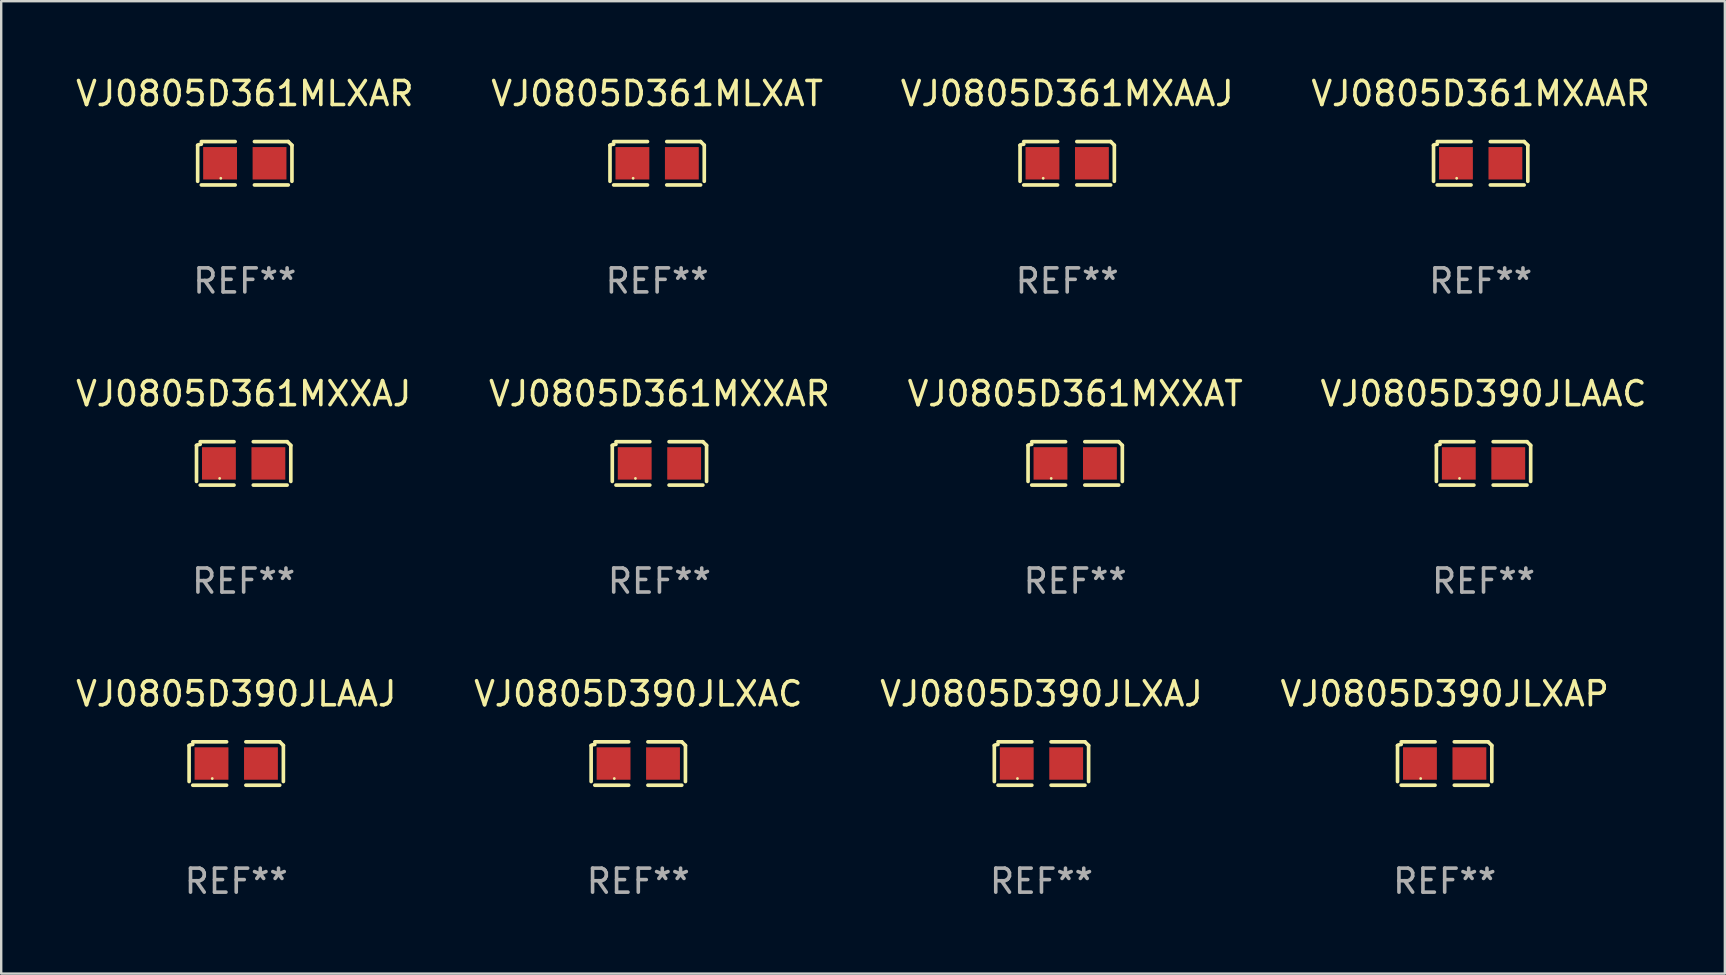
<source format=kicad_pcb>
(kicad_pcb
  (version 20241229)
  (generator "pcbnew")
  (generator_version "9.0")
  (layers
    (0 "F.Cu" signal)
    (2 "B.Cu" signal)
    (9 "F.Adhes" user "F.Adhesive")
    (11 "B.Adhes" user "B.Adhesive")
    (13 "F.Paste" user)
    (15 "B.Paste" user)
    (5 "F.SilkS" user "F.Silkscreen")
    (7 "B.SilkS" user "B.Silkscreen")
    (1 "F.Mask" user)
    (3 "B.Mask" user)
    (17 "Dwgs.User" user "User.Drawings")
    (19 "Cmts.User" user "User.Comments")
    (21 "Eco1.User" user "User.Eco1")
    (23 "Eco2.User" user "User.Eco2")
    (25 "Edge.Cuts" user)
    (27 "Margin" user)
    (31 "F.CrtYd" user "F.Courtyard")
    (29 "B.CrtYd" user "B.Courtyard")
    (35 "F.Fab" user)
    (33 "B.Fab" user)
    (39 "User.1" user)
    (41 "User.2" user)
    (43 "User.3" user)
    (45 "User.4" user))
  (footprint "VJ0805D390JLXAC"
    (layer "F.Cu")
    (at 23.542 28.759)
    (property "Reference" "VJ0805D390JLXAC" (at 0 -2.904 0) (layer "F.SilkS") (effects (font (size 1 1) (thickness 0.15))))
    (attr through_hole)
    (fp_line (start -1.964 0.751) (end -1.964 -0.751) (stroke (width 0.152) (type solid)) (layer "F.SilkS"))
    (fp_line (start -1.811 -0.904) (end -0.401 -0.904) (stroke (width 0.152) (type solid)) (layer "F.SilkS"))
    (fp_line (start -0.401 0.904) (end -1.811 0.904) (stroke (width 0.152) (type solid)) (layer "F.SilkS"))
    (fp_line (start 0.401 0.904) (end 1.811 0.904) (stroke (width 0.152) (type solid)) (layer "F.SilkS"))
    (fp_line (start 1.811 -0.904) (end 0.401 -0.904) (stroke (width 0.152) (type solid)) (layer "F.SilkS"))
    (fp_line (start 1.964 0.751) (end 1.964 -0.751) (stroke (width 0.152) (type solid)) (layer "F.SilkS"))
    (fp_arc (start -1.963602 -0.751207) (mid -1.890354 -0.783131) (end -1.811201 -0.794044) (stroke (width 0.1524) (type solid)) (layer "F.SilkS"))
    (fp_arc (start 1.811202 -0.903607) (mid 1.887413 -0.827418) (end 1.963602 -0.751207) (stroke (width 0.1524) (type solid)) (layer "F.SilkS"))
    (fp_circle (center -1 0.625) (end -0.97 0.625) (stroke (width 0.06) (type solid)) (fill no) (layer "F.SilkS"))
    (fp_text user "REF**" (at 0 4.904 0) (layer "F.Fab") (effects (font (size 1 1) (thickness 0.15))))
    (pad "1" smd rect (at -1.03 0) (size 1.41 1.35) (layers "F.Cu" "F.Mask" "F.Paste"))
    (pad "2" smd rect (at 1.03 0) (size 1.41 1.35) (layers "F.Cu" "F.Mask" "F.Paste")))
  (footprint "VJ0805D361MXXAR"
    (layer "F.Cu")
    (at 24.423 16.256)
    (property "Reference" "VJ0805D361MXXAR" (at 0 -2.904 0) (layer "F.SilkS") (effects (font (size 1 1) (thickness 0.15))))
    (attr through_hole)
    (fp_line (start -1.964 0.751) (end -1.964 -0.751) (stroke (width 0.152) (type solid)) (layer "F.SilkS"))
    (fp_line (start -1.811 -0.904) (end -0.401 -0.904) (stroke (width 0.152) (type solid)) (layer "F.SilkS"))
    (fp_line (start -0.401 0.904) (end -1.811 0.904) (stroke (width 0.152) (type solid)) (layer "F.SilkS"))
    (fp_line (start 0.401 0.904) (end 1.811 0.904) (stroke (width 0.152) (type solid)) (layer "F.SilkS"))
    (fp_line (start 1.811 -0.904) (end 0.401 -0.904) (stroke (width 0.152) (type solid)) (layer "F.SilkS"))
    (fp_line (start 1.964 0.751) (end 1.964 -0.751) (stroke (width 0.152) (type solid)) (layer "F.SilkS"))
    (fp_arc (start -1.963602 -0.751207) (mid -1.890354 -0.783131) (end -1.811201 -0.794044) (stroke (width 0.1524) (type solid)) (layer "F.SilkS"))
    (fp_arc (start 1.811202 -0.903607) (mid 1.887413 -0.827418) (end 1.963602 -0.751207) (stroke (width 0.1524) (type solid)) (layer "F.SilkS"))
    (fp_circle (center -1 0.625) (end -0.97 0.625) (stroke (width 0.06) (type solid)) (fill no) (layer "F.SilkS"))
    (fp_text user "REF**" (at 0 4.904 0) (layer "F.Fab") (effects (font (size 1 1) (thickness 0.15))))
    (pad "1" smd rect (at -1.03 0) (size 1.41 1.35) (layers "F.Cu" "F.Mask" "F.Paste"))
    (pad "2" smd rect (at 1.03 0) (size 1.41 1.35) (layers "F.Cu" "F.Mask" "F.Paste")))
  (footprint "VJ0805D390JLAAJ"
    (layer "F.Cu")
    (at 6.792 28.759)
    (property "Reference" "VJ0805D390JLAAJ" (at 0 -2.904 0) (layer "F.SilkS") (effects (font (size 1 1) (thickness 0.15))))
    (attr through_hole)
    (fp_line (start -1.964 0.751) (end -1.964 -0.751) (stroke (width 0.152) (type solid)) (layer "F.SilkS"))
    (fp_line (start -1.811 -0.904) (end -0.401 -0.904) (stroke (width 0.152) (type solid)) (layer "F.SilkS"))
    (fp_line (start -0.401 0.904) (end -1.811 0.904) (stroke (width 0.152) (type solid)) (layer "F.SilkS"))
    (fp_line (start 0.401 0.904) (end 1.811 0.904) (stroke (width 0.152) (type solid)) (layer "F.SilkS"))
    (fp_line (start 1.811 -0.904) (end 0.401 -0.904) (stroke (width 0.152) (type solid)) (layer "F.SilkS"))
    (fp_line (start 1.964 0.751) (end 1.964 -0.751) (stroke (width 0.152) (type solid)) (layer "F.SilkS"))
    (fp_arc (start -1.963602 -0.751207) (mid -1.890354 -0.783131) (end -1.811201 -0.794044) (stroke (width 0.1524) (type solid)) (layer "F.SilkS"))
    (fp_arc (start 1.811202 -0.903607) (mid 1.887413 -0.827418) (end 1.963602 -0.751207) (stroke (width 0.1524) (type solid)) (layer "F.SilkS"))
    (fp_circle (center -1 0.625) (end -0.97 0.625) (stroke (width 0.06) (type solid)) (fill no) (layer "F.SilkS"))
    (fp_text user "REF**" (at 0 4.904 0) (layer "F.Fab") (effects (font (size 1 1) (thickness 0.15))))
    (pad "1" smd rect (at -1.03 0) (size 1.41 1.35) (layers "F.Cu" "F.Mask" "F.Paste"))
    (pad "2" smd rect (at 1.03 0) (size 1.41 1.35) (layers "F.Cu" "F.Mask" "F.Paste")))
  (footprint "VJ0805D390JLXAJ"
    (layer "F.Cu")
    (at 40.339 28.759)
    (property "Reference" "VJ0805D390JLXAJ" (at 0 -2.904 0) (layer "F.SilkS") (effects (font (size 1 1) (thickness 0.15))))
    (attr through_hole)
    (fp_line (start -1.964 0.751) (end -1.964 -0.751) (stroke (width 0.152) (type solid)) (layer "F.SilkS"))
    (fp_line (start -1.811 -0.904) (end -0.401 -0.904) (stroke (width 0.152) (type solid)) (layer "F.SilkS"))
    (fp_line (start -0.401 0.904) (end -1.811 0.904) (stroke (width 0.152) (type solid)) (layer "F.SilkS"))
    (fp_line (start 0.401 0.904) (end 1.811 0.904) (stroke (width 0.152) (type solid)) (layer "F.SilkS"))
    (fp_line (start 1.811 -0.904) (end 0.401 -0.904) (stroke (width 0.152) (type solid)) (layer "F.SilkS"))
    (fp_line (start 1.964 0.751) (end 1.964 -0.751) (stroke (width 0.152) (type solid)) (layer "F.SilkS"))
    (fp_arc (start -1.963602 -0.751207) (mid -1.890354 -0.783131) (end -1.811201 -0.794044) (stroke (width 0.1524) (type solid)) (layer "F.SilkS"))
    (fp_arc (start 1.811202 -0.903607) (mid 1.887413 -0.827418) (end 1.963602 -0.751207) (stroke (width 0.1524) (type solid)) (layer "F.SilkS"))
    (fp_circle (center -1 0.625) (end -0.97 0.625) (stroke (width 0.06) (type solid)) (fill no) (layer "F.SilkS"))
    (fp_text user "REF**" (at 0 4.904 0) (layer "F.Fab") (effects (font (size 1 1) (thickness 0.15))))
    (pad "1" smd rect (at -1.03 0) (size 1.41 1.35) (layers "F.Cu" "F.Mask" "F.Paste"))
    (pad "2" smd rect (at 1.03 0) (size 1.41 1.35) (layers "F.Cu" "F.Mask" "F.Paste")))
  (footprint "VJ0805D361MXAAJ"
    (layer "F.Cu")
    (at 41.411 3.752)
    (property "Reference" "VJ0805D361MXAAJ" (at 0 -2.904 0) (layer "F.SilkS") (effects (font (size 1 1) (thickness 0.15))))
    (attr through_hole)
    (fp_line (start -1.964 0.751) (end -1.964 -0.751) (stroke (width 0.152) (type solid)) (layer "F.SilkS"))
    (fp_line (start -1.811 -0.904) (end -0.401 -0.904) (stroke (width 0.152) (type solid)) (layer "F.SilkS"))
    (fp_line (start -0.401 0.904) (end -1.811 0.904) (stroke (width 0.152) (type solid)) (layer "F.SilkS"))
    (fp_line (start 0.401 0.904) (end 1.811 0.904) (stroke (width 0.152) (type solid)) (layer "F.SilkS"))
    (fp_line (start 1.811 -0.904) (end 0.401 -0.904) (stroke (width 0.152) (type solid)) (layer "F.SilkS"))
    (fp_line (start 1.964 0.751) (end 1.964 -0.751) (stroke (width 0.152) (type solid)) (layer "F.SilkS"))
    (fp_arc (start -1.963602 -0.751207) (mid -1.890354 -0.783131) (end -1.811201 -0.794044) (stroke (width 0.1524) (type solid)) (layer "F.SilkS"))
    (fp_arc (start 1.811202 -0.903607) (mid 1.887413 -0.827418) (end 1.963602 -0.751207) (stroke (width 0.1524) (type solid)) (layer "F.SilkS"))
    (fp_circle (center -1 0.625) (end -0.97 0.625) (stroke (width 0.06) (type solid)) (fill no) (layer "F.SilkS"))
    (fp_text user "REF**" (at 0 4.904 0) (layer "F.Fab") (effects (font (size 1 1) (thickness 0.15))))
    (pad "1" smd rect (at -1.03 0) (size 1.41 1.35) (layers "F.Cu" "F.Mask" "F.Paste"))
    (pad "2" smd rect (at 1.03 0) (size 1.41 1.35) (layers "F.Cu" "F.Mask" "F.Paste")))
  (footprint "VJ0805D361MXXAJ"
    (layer "F.Cu")
    (at 7.101 16.256)
    (property "Reference" "VJ0805D361MXXAJ" (at 0 -2.904 0) (layer "F.SilkS") (effects (font (size 1 1) (thickness 0.15))))
    (attr through_hole)
    (fp_line (start -1.964 0.751) (end -1.964 -0.751) (stroke (width 0.152) (type solid)) (layer "F.SilkS"))
    (fp_line (start -1.811 -0.904) (end -0.401 -0.904) (stroke (width 0.152) (type solid)) (layer "F.SilkS"))
    (fp_line (start -0.401 0.904) (end -1.811 0.904) (stroke (width 0.152) (type solid)) (layer "F.SilkS"))
    (fp_line (start 0.401 0.904) (end 1.811 0.904) (stroke (width 0.152) (type solid)) (layer "F.SilkS"))
    (fp_line (start 1.811 -0.904) (end 0.401 -0.904) (stroke (width 0.152) (type solid)) (layer "F.SilkS"))
    (fp_line (start 1.964 0.751) (end 1.964 -0.751) (stroke (width 0.152) (type solid)) (layer "F.SilkS"))
    (fp_arc (start -1.963602 -0.751207) (mid -1.890354 -0.783131) (end -1.811201 -0.794044) (stroke (width 0.1524) (type solid)) (layer "F.SilkS"))
    (fp_arc (start 1.811202 -0.903607) (mid 1.887413 -0.827418) (end 1.963602 -0.751207) (stroke (width 0.1524) (type solid)) (layer "F.SilkS"))
    (fp_circle (center -1 0.625) (end -0.97 0.625) (stroke (width 0.06) (type solid)) (fill no) (layer "F.SilkS"))
    (fp_text user "REF**" (at 0 4.904 0) (layer "F.Fab") (effects (font (size 1 1) (thickness 0.15))))
    (pad "1" smd rect (at -1.03 0) (size 1.41 1.35) (layers "F.Cu" "F.Mask" "F.Paste"))
    (pad "2" smd rect (at 1.03 0) (size 1.41 1.35) (layers "F.Cu" "F.Mask" "F.Paste")))
  (footprint "VJ0805D390JLXAP"
    (layer "F.Cu")
    (at 57.137 28.759)
    (property "Reference" "VJ0805D390JLXAP" (at 0 -2.904 0) (layer "F.SilkS") (effects (font (size 1 1) (thickness 0.15))))
    (attr through_hole)
    (fp_line (start -1.964 0.751) (end -1.964 -0.751) (stroke (width 0.152) (type solid)) (layer "F.SilkS"))
    (fp_line (start -1.811 -0.904) (end -0.401 -0.904) (stroke (width 0.152) (type solid)) (layer "F.SilkS"))
    (fp_line (start -0.401 0.904) (end -1.811 0.904) (stroke (width 0.152) (type solid)) (layer "F.SilkS"))
    (fp_line (start 0.401 0.904) (end 1.811 0.904) (stroke (width 0.152) (type solid)) (layer "F.SilkS"))
    (fp_line (start 1.811 -0.904) (end 0.401 -0.904) (stroke (width 0.152) (type solid)) (layer "F.SilkS"))
    (fp_line (start 1.964 0.751) (end 1.964 -0.751) (stroke (width 0.152) (type solid)) (layer "F.SilkS"))
    (fp_arc (start -1.963602 -0.751207) (mid -1.890354 -0.783131) (end -1.811201 -0.794044) (stroke (width 0.1524) (type solid)) (layer "F.SilkS"))
    (fp_arc (start 1.811202 -0.903607) (mid 1.887413 -0.827418) (end 1.963602 -0.751207) (stroke (width 0.1524) (type solid)) (layer "F.SilkS"))
    (fp_circle (center -1 0.625) (end -0.97 0.625) (stroke (width 0.06) (type solid)) (fill no) (layer "F.SilkS"))
    (fp_text user "REF**" (at 0 4.904 0) (layer "F.Fab") (effects (font (size 1 1) (thickness 0.15))))
    (pad "1" smd rect (at -1.03 0) (size 1.41 1.35) (layers "F.Cu" "F.Mask" "F.Paste"))
    (pad "2" smd rect (at 1.03 0) (size 1.41 1.35) (layers "F.Cu" "F.Mask" "F.Paste")))
  (footprint "VJ0805D361MLXAR"
    (layer "F.Cu")
    (at 7.149 3.752)
    (property "Reference" "VJ0805D361MLXAR" (at 0 -2.904 0) (layer "F.SilkS") (effects (font (size 1 1) (thickness 0.15))))
    (attr through_hole)
    (fp_line (start -1.964 0.751) (end -1.964 -0.751) (stroke (width 0.152) (type solid)) (layer "F.SilkS"))
    (fp_line (start -1.811 -0.904) (end -0.401 -0.904) (stroke (width 0.152) (type solid)) (layer "F.SilkS"))
    (fp_line (start -0.401 0.904) (end -1.811 0.904) (stroke (width 0.152) (type solid)) (layer "F.SilkS"))
    (fp_line (start 0.401 0.904) (end 1.811 0.904) (stroke (width 0.152) (type solid)) (layer "F.SilkS"))
    (fp_line (start 1.811 -0.904) (end 0.401 -0.904) (stroke (width 0.152) (type solid)) (layer "F.SilkS"))
    (fp_line (start 1.964 0.751) (end 1.964 -0.751) (stroke (width 0.152) (type solid)) (layer "F.SilkS"))
    (fp_arc (start -1.963602 -0.751207) (mid -1.890354 -0.783131) (end -1.811201 -0.794044) (stroke (width 0.1524) (type solid)) (layer "F.SilkS"))
    (fp_arc (start 1.811202 -0.903607) (mid 1.887413 -0.827418) (end 1.963602 -0.751207) (stroke (width 0.1524) (type solid)) (layer "F.SilkS"))
    (fp_circle (center -1 0.625) (end -0.97 0.625) (stroke (width 0.06) (type solid)) (fill no) (layer "F.SilkS"))
    (fp_text user "REF**" (at 0 4.904 0) (layer "F.Fab") (effects (font (size 1 1) (thickness 0.15))))
    (pad "1" smd rect (at -1.03 0) (size 1.41 1.35) (layers "F.Cu" "F.Mask" "F.Paste"))
    (pad "2" smd rect (at 1.03 0) (size 1.41 1.35) (layers "F.Cu" "F.Mask" "F.Paste")))
  (footprint "VJ0805D390JLAAC"
    (layer "F.Cu")
    (at 58.756 16.256)
    (property "Reference" "VJ0805D390JLAAC" (at 0 -2.904 0) (layer "F.SilkS") (effects (font (size 1 1) (thickness 0.15))))
    (attr through_hole)
    (fp_line (start -1.964 0.751) (end -1.964 -0.751) (stroke (width 0.152) (type solid)) (layer "F.SilkS"))
    (fp_line (start -1.811 -0.904) (end -0.401 -0.904) (stroke (width 0.152) (type solid)) (layer "F.SilkS"))
    (fp_line (start -0.401 0.904) (end -1.811 0.904) (stroke (width 0.152) (type solid)) (layer "F.SilkS"))
    (fp_line (start 0.401 0.904) (end 1.811 0.904) (stroke (width 0.152) (type solid)) (layer "F.SilkS"))
    (fp_line (start 1.811 -0.904) (end 0.401 -0.904) (stroke (width 0.152) (type solid)) (layer "F.SilkS"))
    (fp_line (start 1.964 0.751) (end 1.964 -0.751) (stroke (width 0.152) (type solid)) (layer "F.SilkS"))
    (fp_arc (start -1.963602 -0.751207) (mid -1.890354 -0.783131) (end -1.811201 -0.794044) (stroke (width 0.1524) (type solid)) (layer "F.SilkS"))
    (fp_arc (start 1.811202 -0.903607) (mid 1.887413 -0.827418) (end 1.963602 -0.751207) (stroke (width 0.1524) (type solid)) (layer "F.SilkS"))
    (fp_circle (center -1 0.625) (end -0.97 0.625) (stroke (width 0.06) (type solid)) (fill no) (layer "F.SilkS"))
    (fp_text user "REF**" (at 0 4.904 0) (layer "F.Fab") (effects (font (size 1 1) (thickness 0.15))))
    (pad "1" smd rect (at -1.03 0) (size 1.41 1.35) (layers "F.Cu" "F.Mask" "F.Paste"))
    (pad "2" smd rect (at 1.03 0) (size 1.41 1.35) (layers "F.Cu" "F.Mask" "F.Paste")))
  (footprint "VJ0805D361MXAAR"
    (layer "F.Cu")
    (at 58.637 3.752)
    (property "Reference" "VJ0805D361MXAAR" (at 0 -2.904 0) (layer "F.SilkS") (effects (font (size 1 1) (thickness 0.15))))
    (attr through_hole)
    (fp_line (start -1.964 0.751) (end -1.964 -0.751) (stroke (width 0.152) (type solid)) (layer "F.SilkS"))
    (fp_line (start -1.811 -0.904) (end -0.401 -0.904) (stroke (width 0.152) (type solid)) (layer "F.SilkS"))
    (fp_line (start -0.401 0.904) (end -1.811 0.904) (stroke (width 0.152) (type solid)) (layer "F.SilkS"))
    (fp_line (start 0.401 0.904) (end 1.811 0.904) (stroke (width 0.152) (type solid)) (layer "F.SilkS"))
    (fp_line (start 1.811 -0.904) (end 0.401 -0.904) (stroke (width 0.152) (type solid)) (layer "F.SilkS"))
    (fp_line (start 1.964 0.751) (end 1.964 -0.751) (stroke (width 0.152) (type solid)) (layer "F.SilkS"))
    (fp_arc (start -1.963602 -0.751207) (mid -1.890354 -0.783131) (end -1.811201 -0.794044) (stroke (width 0.1524) (type solid)) (layer "F.SilkS"))
    (fp_arc (start 1.811202 -0.903607) (mid 1.887413 -0.827418) (end 1.963602 -0.751207) (stroke (width 0.1524) (type solid)) (layer "F.SilkS"))
    (fp_circle (center -1 0.625) (end -0.97 0.625) (stroke (width 0.06) (type solid)) (fill no) (layer "F.SilkS"))
    (fp_text user "REF**" (at 0 4.904 0) (layer "F.Fab") (effects (font (size 1 1) (thickness 0.15))))
    (pad "1" smd rect (at -1.03 0) (size 1.41 1.35) (layers "F.Cu" "F.Mask" "F.Paste"))
    (pad "2" smd rect (at 1.03 0) (size 1.41 1.35) (layers "F.Cu" "F.Mask" "F.Paste")))
  (footprint "VJ0805D361MLXAT"
    (layer "F.Cu")
    (at 24.327 3.752)
    (property "Reference" "VJ0805D361MLXAT" (at 0 -2.904 0) (layer "F.SilkS") (effects (font (size 1 1) (thickness 0.15))))
    (attr through_hole)
    (fp_line (start -1.964 0.751) (end -1.964 -0.751) (stroke (width 0.152) (type solid)) (layer "F.SilkS"))
    (fp_line (start -1.811 -0.904) (end -0.401 -0.904) (stroke (width 0.152) (type solid)) (layer "F.SilkS"))
    (fp_line (start -0.401 0.904) (end -1.811 0.904) (stroke (width 0.152) (type solid)) (layer "F.SilkS"))
    (fp_line (start 0.401 0.904) (end 1.811 0.904) (stroke (width 0.152) (type solid)) (layer "F.SilkS"))
    (fp_line (start 1.811 -0.904) (end 0.401 -0.904) (stroke (width 0.152) (type solid)) (layer "F.SilkS"))
    (fp_line (start 1.964 0.751) (end 1.964 -0.751) (stroke (width 0.152) (type solid)) (layer "F.SilkS"))
    (fp_arc (start -1.963602 -0.751207) (mid -1.890354 -0.783131) (end -1.811201 -0.794044) (stroke (width 0.1524) (type solid)) (layer "F.SilkS"))
    (fp_arc (start 1.811202 -0.903607) (mid 1.887413 -0.827418) (end 1.963602 -0.751207) (stroke (width 0.1524) (type solid)) (layer "F.SilkS"))
    (fp_circle (center -1 0.625) (end -0.97 0.625) (stroke (width 0.06) (type solid)) (fill no) (layer "F.SilkS"))
    (fp_text user "REF**" (at 0 4.904 0) (layer "F.Fab") (effects (font (size 1 1) (thickness 0.15))))
    (pad "1" smd rect (at -1.03 0) (size 1.41 1.35) (layers "F.Cu" "F.Mask" "F.Paste"))
    (pad "2" smd rect (at 1.03 0) (size 1.41 1.35) (layers "F.Cu" "F.Mask" "F.Paste")))
  (footprint "VJ0805D361MXXAT"
    (layer "F.Cu")
    (at 41.744 16.256)
    (property "Reference" "VJ0805D361MXXAT" (at 0 -2.904 0) (layer "F.SilkS") (effects (font (size 1 1) (thickness 0.15))))
    (attr through_hole)
    (fp_line (start -1.964 0.751) (end -1.964 -0.751) (stroke (width 0.152) (type solid)) (layer "F.SilkS"))
    (fp_line (start -1.811 -0.904) (end -0.401 -0.904) (stroke (width 0.152) (type solid)) (layer "F.SilkS"))
    (fp_line (start -0.401 0.904) (end -1.811 0.904) (stroke (width 0.152) (type solid)) (layer "F.SilkS"))
    (fp_line (start 0.401 0.904) (end 1.811 0.904) (stroke (width 0.152) (type solid)) (layer "F.SilkS"))
    (fp_line (start 1.811 -0.904) (end 0.401 -0.904) (stroke (width 0.152) (type solid)) (layer "F.SilkS"))
    (fp_line (start 1.964 0.751) (end 1.964 -0.751) (stroke (width 0.152) (type solid)) (layer "F.SilkS"))
    (fp_arc (start -1.963602 -0.751207) (mid -1.890354 -0.783131) (end -1.811201 -0.794044) (stroke (width 0.1524) (type solid)) (layer "F.SilkS"))
    (fp_arc (start 1.811202 -0.903607) (mid 1.887413 -0.827418) (end 1.963602 -0.751207) (stroke (width 0.1524) (type solid)) (layer "F.SilkS"))
    (fp_circle (center -1 0.625) (end -0.97 0.625) (stroke (width 0.06) (type solid)) (fill no) (layer "F.SilkS"))
    (fp_text user "REF**" (at 0 4.904 0) (layer "F.Fab") (effects (font (size 1 1) (thickness 0.15))))
    (pad "1" smd rect (at -1.03 0) (size 1.41 1.35) (layers "F.Cu" "F.Mask" "F.Paste"))
    (pad "2" smd rect (at 1.03 0) (size 1.41 1.35) (layers "F.Cu" "F.Mask" "F.Paste")))
  (gr_rect
    (start -3 -3)
    (end 68.81 37.511)
    (stroke (width 0.1) (type default))
    (fill no)
    (layer "Edge.Cuts")))
</source>
